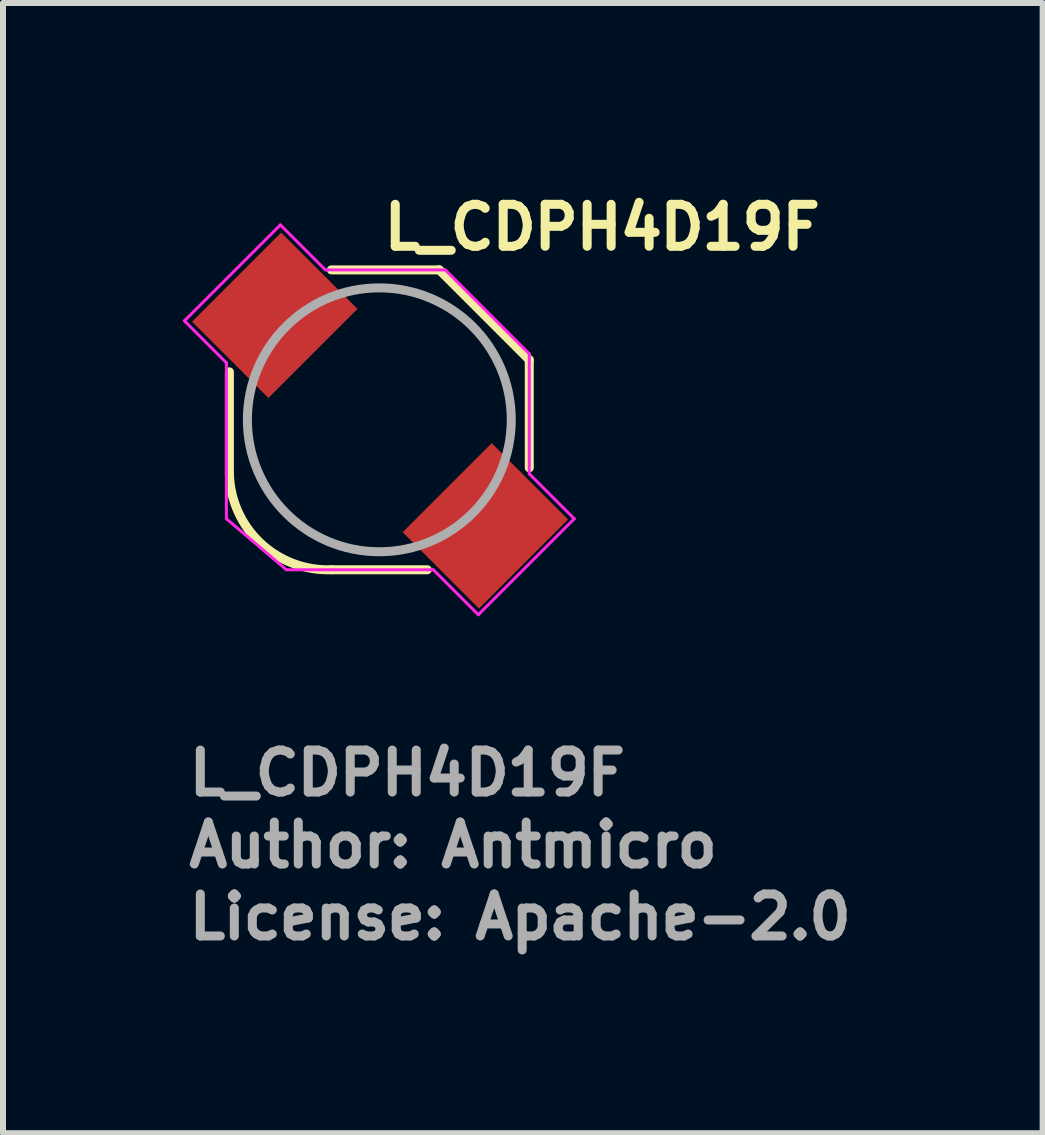
<source format=kicad_pcb>
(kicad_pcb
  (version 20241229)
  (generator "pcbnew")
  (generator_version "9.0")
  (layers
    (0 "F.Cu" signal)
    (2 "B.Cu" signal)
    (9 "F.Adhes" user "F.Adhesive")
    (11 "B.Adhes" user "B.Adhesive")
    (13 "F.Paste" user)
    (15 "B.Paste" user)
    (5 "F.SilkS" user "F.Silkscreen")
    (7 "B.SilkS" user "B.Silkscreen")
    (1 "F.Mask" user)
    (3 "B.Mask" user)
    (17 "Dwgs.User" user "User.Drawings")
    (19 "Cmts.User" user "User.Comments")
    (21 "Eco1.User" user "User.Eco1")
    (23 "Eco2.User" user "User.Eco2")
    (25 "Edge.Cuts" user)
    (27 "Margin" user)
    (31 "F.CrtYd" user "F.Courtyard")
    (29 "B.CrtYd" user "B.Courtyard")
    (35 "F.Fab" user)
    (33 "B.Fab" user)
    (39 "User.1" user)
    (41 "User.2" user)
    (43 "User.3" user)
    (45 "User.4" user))
  (footprint "L_CDPH4D19F"
    (layer "F.Cu")
    (at 3.275 3.95)
    (property "Reference" "L_CDPH4D19F" (at 0 -2.8 0) (layer "F.SilkS") (effects (font (size 0.7 0.7) (thickness 0.15)) (justify left bottom)))
    (attr smd)
    (fp_line (start -2.5 0.9) (end -2.5 -0.8) (stroke (width 0.15) (type solid)) (layer "F.SilkS"))
    (fp_line (start -0.8 -2.5) (end 1 -2.5) (stroke (width 0.15) (type solid)) (layer "F.SilkS"))
    (fp_line (start -0.8 2.5) (end 0.8 2.5) (stroke (width 0.15) (type solid)) (layer "F.SilkS"))
    (fp_line (start 1 -2.5) (end 2.5 -1) (stroke (width 0.15) (type solid)) (layer "F.SilkS"))
    (fp_line (start 2.5 -1) (end 2.5 0.8) (stroke (width 0.15) (type solid)) (layer "F.SilkS"))
    (fp_arc (start -0.8 2.5) (mid -1.983065 2.053882) (end -2.5 0.9) (stroke (width 0.15) (type solid)) (layer "F.SilkS"))
    (fp_line (start -3.25 -1.65) (end -1.65 -3.25) (stroke (width 0.05) (type solid)) (layer "F.CrtYd"))
    (fp_line (start -2.55 -0.95) (end -3.25 -1.65) (stroke (width 0.05) (type solid)) (layer "F.CrtYd"))
    (fp_line (start -2.55 1.65) (end -2.55 -0.95) (stroke (width 0.05) (type solid)) (layer "F.CrtYd"))
    (fp_line (start -1.65 -3.25) (end -0.9 -2.5) (stroke (width 0.05) (type solid)) (layer "F.CrtYd"))
    (fp_line (start -1.55 2.5) (end -2.55 1.65) (stroke (width 0.05) (type solid)) (layer "F.CrtYd"))
    (fp_line (start -0.9 -2.5) (end 1.1 -2.5) (stroke (width 0.05) (type solid)) (layer "F.CrtYd"))
    (fp_line (start 0.9 2.5) (end -1.55 2.5) (stroke (width 0.05) (type solid)) (layer "F.CrtYd"))
    (fp_line (start 1.1 -2.5) (end 2.5 -1.1) (stroke (width 0.05) (type solid)) (layer "F.CrtYd"))
    (fp_line (start 1.65 3.25) (end 0.9 2.5) (stroke (width 0.05) (type solid)) (layer "F.CrtYd"))
    (fp_line (start 2.5 -1.1) (end 2.5 0.9) (stroke (width 0.05) (type solid)) (layer "F.CrtYd"))
    (fp_line (start 2.5 0.9) (end 3.25 1.65) (stroke (width 0.05) (type solid)) (layer "F.CrtYd"))
    (fp_line (start 3.25 1.65) (end 1.65 3.25) (stroke (width 0.05) (type solid)) (layer "F.CrtYd"))
    (fp_circle (center 0 0) (end 2.2 0) (stroke (width 0.15) (type solid)) (fill no) (layer "F.Fab"))
    (fp_rect (start 2.45 -2.45) (end -2.45 2.45) (stroke (width 0.1) (type solid)) (fill no) (layer "User.5"))
    (fp_line (start -2.45 -1.036) (end -2.45 0.95) (stroke (width 0.01) (type solid)) (layer "User.9"))
    (fp_line (start -2.448 1.024) (end -2.45 0.95) (stroke (width 0.01) (type solid)) (layer "User.9"))
    (fp_line (start -2.443 1.098) (end -2.448 1.024) (stroke (width 0.01) (type solid)) (layer "User.9"))
    (fp_line (start -2.434 1.172) (end -2.443 1.098) (stroke (width 0.01) (type solid)) (layer "User.9"))
    (fp_line (start -2.421 1.244) (end -2.434 1.172) (stroke (width 0.01) (type solid)) (layer "User.9"))
    (fp_line (start -2.405 1.316) (end -2.421 1.244) (stroke (width 0.01) (type solid)) (layer "User.9"))
    (fp_line (start -2.385 1.386) (end -2.405 1.316) (stroke (width 0.01) (type solid)) (layer "User.9"))
    (fp_line (start -2.362 1.456) (end -2.385 1.386) (stroke (width 0.01) (type solid)) (layer "User.9"))
    (fp_line (start -2.336 1.524) (end -2.362 1.456) (stroke (width 0.01) (type solid)) (layer "User.9"))
    (fp_line (start -2.306 1.591) (end -2.336 1.524) (stroke (width 0.01) (type solid)) (layer "User.9"))
    (fp_line (start -2.273 1.656) (end -2.306 1.591) (stroke (width 0.01) (type solid)) (layer "User.9"))
    (fp_line (start -2.25 0) (end -2.245 -0.146) (stroke (width 0.01) (type solid)) (layer "User.9"))
    (fp_line (start -2.245 -0.146) (end -2.231 -0.291) (stroke (width 0.01) (type solid)) (layer "User.9"))
    (fp_line (start -2.245 0.146) (end -2.25 0) (stroke (width 0.01) (type solid)) (layer "User.9"))
    (fp_line (start -2.242 -1.252) (end -2.263 -1.273) (stroke (width 0.01) (type solid)) (layer "User.9"))
    (fp_line (start -2.242 -1.252) (end -1.252 -2.242) (stroke (width 0.01) (type solid)) (layer "User.9"))
    (fp_line (start -2.238 -1.248) (end -2.242 -1.252) (stroke (width 0.01) (type solid)) (layer "User.9"))
    (fp_line (start -2.237 1.72) (end -2.273 1.656) (stroke (width 0.01) (type solid)) (layer "User.9"))
    (fp_line (start -2.231 -0.291) (end -2.208 -0.435) (stroke (width 0.01) (type solid)) (layer "User.9"))
    (fp_line (start -2.231 0.291) (end -2.245 0.146) (stroke (width 0.01) (type solid)) (layer "User.9"))
    (fp_line (start -2.208 -0.435) (end -2.175 -0.578) (stroke (width 0.01) (type solid)) (layer "User.9"))
    (fp_line (start -2.208 0.435) (end -2.231 0.291) (stroke (width 0.01) (type solid)) (layer "User.9"))
    (fp_line (start -2.198 1.782) (end -2.237 1.72) (stroke (width 0.01) (type solid)) (layer "User.9"))
    (fp_line (start -2.175 -0.578) (end -2.132 -0.719) (stroke (width 0.01) (type solid)) (layer "User.9"))
    (fp_line (start -2.175 0.578) (end -2.208 0.435) (stroke (width 0.01) (type solid)) (layer "User.9"))
    (fp_line (start -2.156 1.842) (end -2.198 1.782) (stroke (width 0.01) (type solid)) (layer "User.9"))
    (fp_line (start -2.132 -0.719) (end -2.08 -0.857) (stroke (width 0.01) (type solid)) (layer "User.9"))
    (fp_line (start -2.132 0.719) (end -2.175 0.578) (stroke (width 0.01) (type solid)) (layer "User.9"))
    (fp_line (start -2.11 1.901) (end -2.156 1.842) (stroke (width 0.01) (type solid)) (layer "User.9"))
    (fp_line (start -2.08 -0.857) (end -2.019 -0.993) (stroke (width 0.01) (type solid)) (layer "User.9"))
    (fp_line (start -2.08 0.857) (end -2.132 0.719) (stroke (width 0.01) (type solid)) (layer "User.9"))
    (fp_line (start -2.062 1.957) (end -2.11 1.901) (stroke (width 0.01) (type solid)) (layer "User.9"))
    (fp_line (start -2.019 -0.993) (end -1.949 -1.125) (stroke (width 0.01) (type solid)) (layer "User.9"))
    (fp_line (start -2.019 0.993) (end -2.08 0.857) (stroke (width 0.01) (type solid)) (layer "User.9"))
    (fp_line (start -2.011 2.011) (end -2.062 1.957) (stroke (width 0.01) (type solid)) (layer "User.9"))
    (fp_line (start -2.011 2.011) (end -2.011 2.011) (stroke (width 0.01) (type solid)) (layer "User.9"))
    (fp_line (start -1.957 2.062) (end -2.011 2.011) (stroke (width 0.01) (type solid)) (layer "User.9"))
    (fp_line (start -1.949 -1.125) (end -1.949 -1.125) (stroke (width 0.01) (type solid)) (layer "User.9"))
    (fp_line (start -1.949 -1.125) (end -1.91 -1.189) (stroke (width 0.01) (type solid)) (layer "User.9"))
    (fp_line (start -1.949 1.125) (end -2.019 0.993) (stroke (width 0.01) (type solid)) (layer "User.9"))
    (fp_line (start -1.949 1.125) (end -1.949 1.125) (stroke (width 0.01) (type solid)) (layer "User.9"))
    (fp_line (start -1.91 -1.189) (end -1.869 -1.252) (stroke (width 0.01) (type solid)) (layer "User.9"))
    (fp_line (start -1.901 2.11) (end -1.957 2.062) (stroke (width 0.01) (type solid)) (layer "User.9"))
    (fp_line (start -1.869 -1.252) (end -1.827 -1.314) (stroke (width 0.01) (type solid)) (layer "User.9"))
    (fp_line (start -1.869 1.252) (end -1.949 1.125) (stroke (width 0.01) (type solid)) (layer "User.9"))
    (fp_line (start -1.842 2.156) (end -1.901 2.11) (stroke (width 0.01) (type solid)) (layer "User.9"))
    (fp_line (start -1.827 -1.314) (end -1.782 -1.373) (stroke (width 0.01) (type solid)) (layer "User.9"))
    (fp_line (start -1.782 -1.373) (end -1.736 -1.431) (stroke (width 0.01) (type solid)) (layer "User.9"))
    (fp_line (start -1.782 1.373) (end -1.869 1.252) (stroke (width 0.01) (type solid)) (layer "User.9"))
    (fp_line (start -1.782 2.198) (end -1.842 2.156) (stroke (width 0.01) (type solid)) (layer "User.9"))
    (fp_line (start -1.736 -1.431) (end -1.688 -1.487) (stroke (width 0.01) (type solid)) (layer "User.9"))
    (fp_line (start -1.72 2.237) (end -1.782 2.198) (stroke (width 0.01) (type solid)) (layer "User.9"))
    (fp_line (start -1.688 -1.487) (end -1.639 -1.542) (stroke (width 0.01) (type solid)) (layer "User.9"))
    (fp_line (start -1.688 1.487) (end -1.782 1.373) (stroke (width 0.01) (type solid)) (layer "User.9"))
    (fp_line (start -1.656 2.273) (end -1.72 2.237) (stroke (width 0.01) (type solid)) (layer "User.9"))
    (fp_line (start -1.639 -1.542) (end -1.588 -1.594) (stroke (width 0.01) (type solid)) (layer "User.9"))
    (fp_line (start -1.591 2.306) (end -1.656 2.273) (stroke (width 0.01) (type solid)) (layer "User.9"))
    (fp_line (start -1.588 -1.594) (end -1.535 -1.645) (stroke (width 0.01) (type solid)) (layer "User.9"))
    (fp_line (start -1.588 1.594) (end -1.688 1.487) (stroke (width 0.01) (type solid)) (layer "User.9"))
    (fp_line (start -1.535 -1.645) (end -1.48 -1.694) (stroke (width 0.01) (type solid)) (layer "User.9"))
    (fp_line (start -1.524 2.336) (end -1.591 2.306) (stroke (width 0.01) (type solid)) (layer "User.9"))
    (fp_line (start -1.48 -1.694) (end -1.425 -1.742) (stroke (width 0.01) (type solid)) (layer "User.9"))
    (fp_line (start -1.48 1.694) (end -1.588 1.594) (stroke (width 0.01) (type solid)) (layer "User.9"))
    (fp_line (start -1.456 2.362) (end -1.524 2.336) (stroke (width 0.01) (type solid)) (layer "User.9"))
    (fp_line (start -1.425 -1.742) (end -1.367 -1.787) (stroke (width 0.01) (type solid)) (layer "User.9"))
    (fp_line (start -1.386 2.385) (end -1.456 2.362) (stroke (width 0.01) (type solid)) (layer "User.9"))
    (fp_line (start -1.367 -1.787) (end -1.309 -1.83) (stroke (width 0.01) (type solid)) (layer "User.9"))
    (fp_line (start -1.367 1.787) (end -1.48 1.694) (stroke (width 0.01) (type solid)) (layer "User.9"))
    (fp_line (start -1.316 2.405) (end -1.386 2.385) (stroke (width 0.01) (type solid)) (layer "User.9"))
    (fp_line (start -1.309 -1.83) (end -1.249 -1.872) (stroke (width 0.01) (type solid)) (layer "User.9"))
    (fp_line (start -1.273 -2.263) (end -2.263 -1.273) (stroke (width 0.01) (type solid)) (layer "User.9"))
    (fp_line (start -1.273 -2.263) (end -1.252 -2.242) (stroke (width 0.01) (type solid)) (layer "User.9"))
    (fp_line (start -1.252 -2.242) (end -1.248 -2.238) (stroke (width 0.01) (type solid)) (layer "User.9"))
    (fp_line (start -1.249 -1.872) (end -1.187 -1.911) (stroke (width 0.01) (type solid)) (layer "User.9"))
    (fp_line (start -1.249 1.872) (end -1.367 1.787) (stroke (width 0.01) (type solid)) (layer "User.9"))
    (fp_line (start -1.244 2.421) (end -1.316 2.405) (stroke (width 0.01) (type solid)) (layer "User.9"))
    (fp_line (start -1.187 -1.911) (end -1.125 -1.949) (stroke (width 0.01) (type solid)) (layer "User.9"))
    (fp_line (start -1.172 2.434) (end -1.244 2.421) (stroke (width 0.01) (type solid)) (layer "User.9"))
    (fp_line (start -1.125 -1.949) (end -1.061 -1.984) (stroke (width 0.01) (type solid)) (layer "User.9"))
    (fp_line (start -1.125 1.949) (end -1.249 1.872) (stroke (width 0.01) (type solid)) (layer "User.9"))
    (fp_line (start -1.098 2.443) (end -1.172 2.434) (stroke (width 0.01) (type solid)) (layer "User.9"))
    (fp_line (start -1.061 -1.984) (end -0.997 -2.017) (stroke (width 0.01) (type solid)) (layer "User.9"))
    (fp_line (start -1.036 -2.45) (end -2.45 -1.036) (stroke (width 0.01) (type solid)) (layer "User.9"))
    (fp_line (start -1.024 2.448) (end -1.098 2.443) (stroke (width 0.01) (type solid)) (layer "User.9"))
    (fp_line (start -0.997 -2.017) (end -0.931 -2.049) (stroke (width 0.01) (type solid)) (layer "User.9"))
    (fp_line (start -0.997 2.017) (end -1.125 1.949) (stroke (width 0.01) (type solid)) (layer "User.9"))
    (fp_line (start -0.95 2.45) (end -1.024 2.448) (stroke (width 0.01) (type solid)) (layer "User.9"))
    (fp_line (start -0.95 2.45) (end 1.036 2.45) (stroke (width 0.01) (type solid)) (layer "User.9"))
    (fp_line (start -0.931 -2.049) (end -0.864 -2.078) (stroke (width 0.01) (type solid)) (layer "User.9"))
    (fp_line (start -0.864 -2.078) (end -0.796 -2.105) (stroke (width 0.01) (type solid)) (layer "User.9"))
    (fp_line (start -0.864 2.078) (end -0.997 2.017) (stroke (width 0.01) (type solid)) (layer "User.9"))
    (fp_line (start -0.796 -2.105) (end -0.727 -2.129) (stroke (width 0.01) (type solid)) (layer "User.9"))
    (fp_line (start -0.727 -2.129) (end -0.658 -2.152) (stroke (width 0.01) (type solid)) (layer "User.9"))
    (fp_line (start -0.727 2.129) (end -0.864 2.078) (stroke (width 0.01) (type solid)) (layer "User.9"))
    (fp_line (start -0.658 -2.152) (end -0.587 -2.172) (stroke (width 0.01) (type solid)) (layer "User.9"))
    (fp_line (start -0.587 -2.172) (end -0.516 -2.19) (stroke (width 0.01) (type solid)) (layer "User.9"))
    (fp_line (start -0.587 2.172) (end -0.727 2.129) (stroke (width 0.01) (type solid)) (layer "User.9"))
    (fp_line (start -0.516 -2.19) (end -0.444 -2.206) (stroke (width 0.01) (type solid)) (layer "User.9"))
    (fp_line (start -0.444 -2.206) (end -0.371 -2.219) (stroke (width 0.01) (type solid)) (layer "User.9"))
    (fp_line (start -0.444 2.206) (end -0.587 2.172) (stroke (width 0.01) (type solid)) (layer "User.9"))
    (fp_line (start -0.371 -2.219) (end -0.298 -2.23) (stroke (width 0.01) (type solid)) (layer "User.9"))
    (fp_line (start -0.298 -2.23) (end -0.224 -2.239) (stroke (width 0.01) (type solid)) (layer "User.9"))
    (fp_line (start -0.298 2.23) (end -0.444 2.206) (stroke (width 0.01) (type solid)) (layer "User.9"))
    (fp_line (start -0.224 -2.239) (end -0.15 -2.245) (stroke (width 0.01) (type solid)) (layer "User.9"))
    (fp_line (start -0.15 -2.245) (end -0.075 -2.249) (stroke (width 0.01) (type solid)) (layer "User.9"))
    (fp_line (start -0.15 2.245) (end -0.298 2.23) (stroke (width 0.01) (type solid)) (layer "User.9"))
    (fp_line (start -0.075 -2.249) (end 0 -2.25) (stroke (width 0.01) (type solid)) (layer "User.9"))
    (fp_line (start 0 -2.25) (end 0.15 -2.245) (stroke (width 0.01) (type solid)) (layer "User.9"))
    (fp_line (start 0 2.25) (end -0.15 2.245) (stroke (width 0.01) (type solid)) (layer "User.9"))
    (fp_line (start 0.075 2.249) (end 0 2.25) (stroke (width 0.01) (type solid)) (layer "User.9"))
    (fp_line (start 0.15 -2.245) (end 0.298 -2.23) (stroke (width 0.01) (type solid)) (layer "User.9"))
    (fp_line (start 0.15 2.245) (end 0.075 2.249) (stroke (width 0.01) (type solid)) (layer "User.9"))
    (fp_line (start 0.224 2.239) (end 0.15 2.245) (stroke (width 0.01) (type solid)) (layer "User.9"))
    (fp_line (start 0.298 -2.23) (end 0.444 -2.206) (stroke (width 0.01) (type solid)) (layer "User.9"))
    (fp_line (start 0.298 2.23) (end 0.224 2.239) (stroke (width 0.01) (type solid)) (layer "User.9"))
    (fp_line (start 0.371 2.219) (end 0.298 2.23) (stroke (width 0.01) (type solid)) (layer "User.9"))
    (fp_line (start 0.444 -2.206) (end 0.587 -2.172) (stroke (width 0.01) (type solid)) (layer "User.9"))
    (fp_line (start 0.444 2.206) (end 0.371 2.219) (stroke (width 0.01) (type solid)) (layer "User.9"))
    (fp_line (start 0.516 2.19) (end 0.444 2.206) (stroke (width 0.01) (type solid)) (layer "User.9"))
    (fp_line (start 0.587 -2.172) (end 0.727 -2.129) (stroke (width 0.01) (type solid)) (layer "User.9"))
    (fp_line (start 0.587 2.172) (end 0.516 2.19) (stroke (width 0.01) (type solid)) (layer "User.9"))
    (fp_line (start 0.658 2.152) (end 0.587 2.172) (stroke (width 0.01) (type solid)) (layer "User.9"))
    (fp_line (start 0.727 -2.129) (end 0.864 -2.078) (stroke (width 0.01) (type solid)) (layer "User.9"))
    (fp_line (start 0.727 2.129) (end 0.658 2.152) (stroke (width 0.01) (type solid)) (layer "User.9"))
    (fp_line (start 0.796 2.105) (end 0.727 2.129) (stroke (width 0.01) (type solid)) (layer "User.9"))
    (fp_line (start 0.864 -2.078) (end 0.997 -2.017) (stroke (width 0.01) (type solid)) (layer "User.9"))
    (fp_line (start 0.864 2.078) (end 0.796 2.105) (stroke (width 0.01) (type solid)) (layer "User.9"))
    (fp_line (start 0.931 2.049) (end 0.864 2.078) (stroke (width 0.01) (type solid)) (layer "User.9"))
    (fp_line (start 0.997 -2.017) (end 1.125 -1.949) (stroke (width 0.01) (type solid)) (layer "User.9"))
    (fp_line (start 0.997 2.017) (end 0.931 2.049) (stroke (width 0.01) (type solid)) (layer "User.9"))
    (fp_line (start 1.036 -2.45) (end -1.036 -2.45) (stroke (width 0.01) (type solid)) (layer "User.9"))
    (fp_line (start 1.036 2.45) (end 2.45 1.036) (stroke (width 0.01) (type solid)) (layer "User.9"))
    (fp_line (start 1.061 1.984) (end 0.997 2.017) (stroke (width 0.01) (type solid)) (layer "User.9"))
    (fp_line (start 1.125 -1.949) (end 1.249 -1.872) (stroke (width 0.01) (type solid)) (layer "User.9"))
    (fp_line (start 1.125 1.949) (end 1.061 1.984) (stroke (width 0.01) (type solid)) (layer "User.9"))
    (fp_line (start 1.187 1.911) (end 1.125 1.949) (stroke (width 0.01) (type solid)) (layer "User.9"))
    (fp_line (start 1.248 2.238) (end 1.252 2.242) (stroke (width 0.01) (type solid)) (layer "User.9"))
    (fp_line (start 1.249 -1.872) (end 1.367 -1.787) (stroke (width 0.01) (type solid)) (layer "User.9"))
    (fp_line (start 1.249 1.872) (end 1.187 1.911) (stroke (width 0.01) (type solid)) (layer "User.9"))
    (fp_line (start 1.252 2.242) (end 1.273 2.263) (stroke (width 0.01) (type solid)) (layer "User.9"))
    (fp_line (start 1.273 2.263) (end 2.263 1.273) (stroke (width 0.01) (type solid)) (layer "User.9"))
    (fp_line (start 1.309 1.83) (end 1.249 1.872) (stroke (width 0.01) (type solid)) (layer "User.9"))
    (fp_line (start 1.367 -1.787) (end 1.48 -1.694) (stroke (width 0.01) (type solid)) (layer "User.9"))
    (fp_line (start 1.367 1.787) (end 1.309 1.83) (stroke (width 0.01) (type solid)) (layer "User.9"))
    (fp_line (start 1.425 1.742) (end 1.367 1.787) (stroke (width 0.01) (type solid)) (layer "User.9"))
    (fp_line (start 1.48 -1.694) (end 1.588 -1.594) (stroke (width 0.01) (type solid)) (layer "User.9"))
    (fp_line (start 1.48 1.694) (end 1.425 1.742) (stroke (width 0.01) (type solid)) (layer "User.9"))
    (fp_line (start 1.535 1.645) (end 1.48 1.694) (stroke (width 0.01) (type solid)) (layer "User.9"))
    (fp_line (start 1.588 -1.594) (end 1.688 -1.487) (stroke (width 0.01) (type solid)) (layer "User.9"))
    (fp_line (start 1.588 1.594) (end 1.535 1.645) (stroke (width 0.01) (type solid)) (layer "User.9"))
    (fp_line (start 1.639 1.542) (end 1.588 1.594) (stroke (width 0.01) (type solid)) (layer "User.9"))
    (fp_line (start 1.688 -1.487) (end 1.782 -1.373) (stroke (width 0.01) (type solid)) (layer "User.9"))
    (fp_line (start 1.688 1.487) (end 1.639 1.542) (stroke (width 0.01) (type solid)) (layer "User.9"))
    (fp_line (start 1.736 1.431) (end 1.688 1.487) (stroke (width 0.01) (type solid)) (layer "User.9"))
    (fp_line (start 1.782 -1.373) (end 1.869 -1.252) (stroke (width 0.01) (type solid)) (layer "User.9"))
    (fp_line (start 1.782 1.373) (end 1.736 1.431) (stroke (width 0.01) (type solid)) (layer "User.9"))
    (fp_line (start 1.827 1.314) (end 1.782 1.373) (stroke (width 0.01) (type solid)) (layer "User.9"))
    (fp_line (start 1.869 -1.252) (end 1.949 -1.125) (stroke (width 0.01) (type solid)) (layer "User.9"))
    (fp_line (start 1.869 1.252) (end 1.827 1.314) (stroke (width 0.01) (type solid)) (layer "User.9"))
    (fp_line (start 1.91 1.189) (end 1.869 1.252) (stroke (width 0.01) (type solid)) (layer "User.9"))
    (fp_line (start 1.949 -1.125) (end 1.949 -1.125) (stroke (width 0.01) (type solid)) (layer "User.9"))
    (fp_line (start 1.949 -1.125) (end 2.019 -0.993) (stroke (width 0.01) (type solid)) (layer "User.9"))
    (fp_line (start 1.949 1.125) (end 1.91 1.189) (stroke (width 0.01) (type solid)) (layer "User.9"))
    (fp_line (start 1.949 1.125) (end 1.949 1.125) (stroke (width 0.01) (type solid)) (layer "User.9"))
    (fp_line (start 2.019 -0.993) (end 2.08 -0.857) (stroke (width 0.01) (type solid)) (layer "User.9"))
    (fp_line (start 2.019 0.993) (end 1.949 1.125) (stroke (width 0.01) (type solid)) (layer "User.9"))
    (fp_line (start 2.08 -0.857) (end 2.132 -0.719) (stroke (width 0.01) (type solid)) (layer "User.9"))
    (fp_line (start 2.08 0.857) (end 2.019 0.993) (stroke (width 0.01) (type solid)) (layer "User.9"))
    (fp_line (start 2.132 -0.719) (end 2.175 -0.578) (stroke (width 0.01) (type solid)) (layer "User.9"))
    (fp_line (start 2.132 0.719) (end 2.08 0.857) (stroke (width 0.01) (type solid)) (layer "User.9"))
    (fp_line (start 2.175 -0.578) (end 2.208 -0.435) (stroke (width 0.01) (type solid)) (layer "User.9"))
    (fp_line (start 2.175 0.578) (end 2.132 0.719) (stroke (width 0.01) (type solid)) (layer "User.9"))
    (fp_line (start 2.208 -0.435) (end 2.231 -0.291) (stroke (width 0.01) (type solid)) (layer "User.9"))
    (fp_line (start 2.208 0.435) (end 2.175 0.578) (stroke (width 0.01) (type solid)) (layer "User.9"))
    (fp_line (start 2.231 -0.291) (end 2.245 -0.146) (stroke (width 0.01) (type solid)) (layer "User.9"))
    (fp_line (start 2.231 0.291) (end 2.208 0.435) (stroke (width 0.01) (type solid)) (layer "User.9"))
    (fp_line (start 2.242 1.252) (end 1.252 2.242) (stroke (width 0.01) (type solid)) (layer "User.9"))
    (fp_line (start 2.242 1.252) (end 2.238 1.248) (stroke (width 0.01) (type solid)) (layer "User.9"))
    (fp_line (start 2.245 -0.146) (end 2.25 0) (stroke (width 0.01) (type solid)) (layer "User.9"))
    (fp_line (start 2.245 0.146) (end 2.231 0.291) (stroke (width 0.01) (type solid)) (layer "User.9"))
    (fp_line (start 2.25 0) (end 2.245 0.146) (stroke (width 0.01) (type solid)) (layer "User.9"))
    (fp_line (start 2.263 1.273) (end 2.242 1.252) (stroke (width 0.01) (type solid)) (layer "User.9"))
    (fp_line (start 2.45 -1.036) (end 1.036 -2.45) (stroke (width 0.01) (type solid)) (layer "User.9"))
    (fp_line (start 2.45 1.036) (end 2.45 -1.036) (stroke (width 0.01) (type solid)) (layer "User.9"))
    (fp_text user "Author: Antmicro" (at -3.25 7.5 0) (layer "F.Fab") (effects (font (size 0.7 0.7) (thickness 0.15)) (justify left bottom)))
    (fp_text user "License: Apache-2.0" (at -3.25 8.7 0) (layer "F.Fab") (effects (font (size 0.7 0.7) (thickness 0.15)) (justify left bottom)))
    (fp_text user "${REFERENCE}" (at -3.25 6.3 0) (layer "F.Fab") (effects (font (size 0.7 0.7) (thickness 0.15)) (justify left bottom)))
    (pad "1" smd rect (at -1.743 -1.743 135) (size 1.8 2.1) (layers "F.Cu" "F.Mask" "F.Paste"))
    (pad "2" smd rect (at 1.768 1.768 135) (size 1.8 2.1) (layers "F.Cu" "F.Mask" "F.Paste")))
  (gr_rect
    (start -3 -3)
    (end 14.335 15.845)
    (stroke (width 0.1) (type default))
    (fill no)
    (layer "Edge.Cuts")))
</source>
